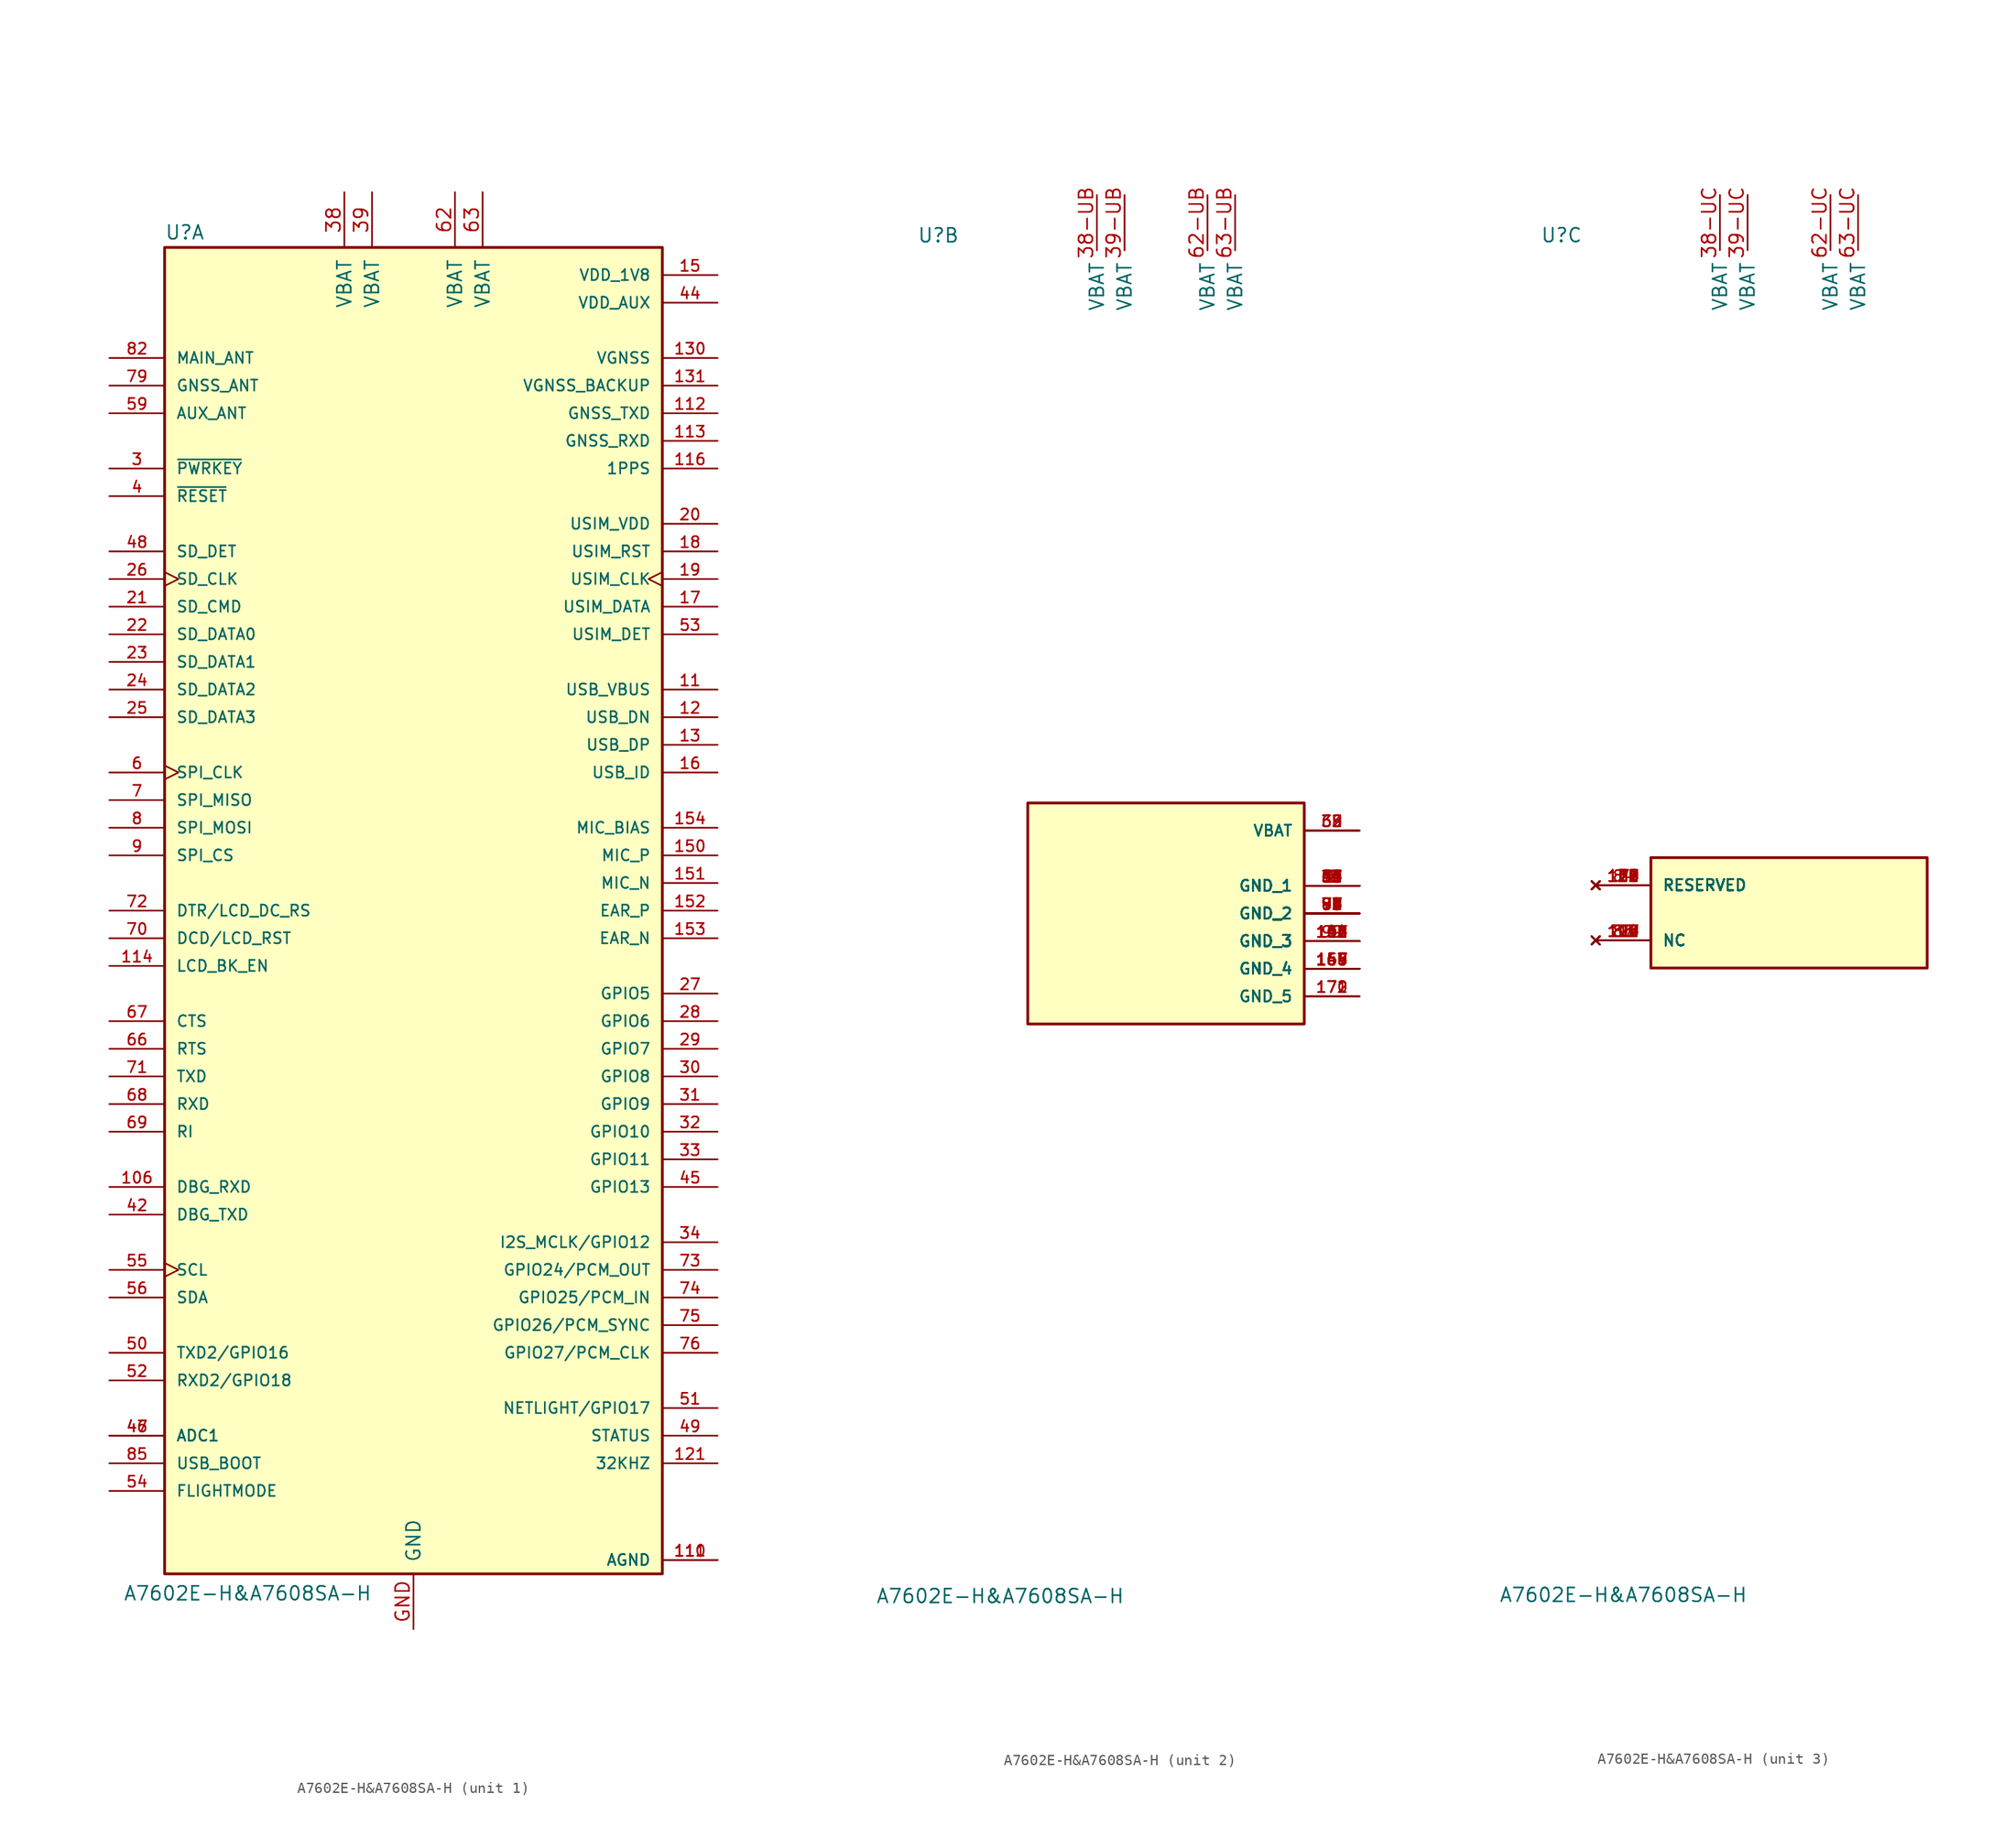
<source format=kicad_sym>
(kicad_symbol_lib
  (version 20211014)
  (generator kicad_symbol_editor)
  (symbol "A7602E-H&A7608SA-H"
    (pin_names
      (offset 1.016))
    (property "Reference" "U"
      (at -22.86 61.595 0)
      (effects (font (size 1.27 1.27)) (justify left bottom)))
    (property "Value" "A7602E-H&A7608SA-H"
      (at -26.67 -63.5 0)
      (effects (font (size 1.27 1.27)) (justify left bottom)))
    (symbol "A7602E-H&A7608SA-H_1_0"
      (rectangle (start -22.86 -60.96) (end 22.86 60.96) (stroke (width 0.254) (type default) (color 0 0 0 0)) (fill (type background)))
      (pin input line (at -27.94 -25.4 0) (length 5.08) (name "DBG_RXD" (effects (font (size 1.016 1.016)))) (number "106" (effects (font (size 1.016 1.016)))))
      (pin input line (at 27.94 20.32 180) (length 5.08) (name "USB_VBUS" (effects (font (size 1.016 1.016)))) (number "11" (effects (font (size 1.016 1.016)))))
      (pin power_in line (at 27.94 -59.69 180) (length 5.08) (name "AGND" (effects (font (size 1.016 1.016)))) (number "110" (effects (font (size 1.016 1.016)))))
      (pin power_in line (at 27.94 -59.69 180) (length 5.08) (name "AGND" (effects (font (size 1.016 1.016)))) (number "111" (effects (font (size 1.016 1.016)))))
      (pin output line (at 27.94 45.72 180) (length 5.08) (name "GNSS_TXD" (effects (font (size 1.016 1.016)))) (number "112" (effects (font (size 1.016 1.016)))))
      (pin input line (at 27.94 43.18 180) (length 5.08) (name "GNSS_RXD" (effects (font (size 1.016 1.016)))) (number "113" (effects (font (size 1.016 1.016)))))
      (pin output line (at -27.94 -5.08 0) (length 5.08) (name "LCD_BK_EN" (effects (font (size 1.016 1.016)))) (number "114" (effects (font (size 1.016 1.016)))))
      (pin bidirectional line (at 27.94 40.64 180) (length 5.08) (name "1PPS" (effects (font (size 1.016 1.016)))) (number "116" (effects (font (size 1.016 1.016)))))
      (pin bidirectional line (at 27.94 17.78 180) (length 5.08) (name "USB_DN" (effects (font (size 1.016 1.016)))) (number "12" (effects (font (size 1.016 1.016)))))
      (pin output line (at 27.94 -50.8 180) (length 5.08) (name "32KHZ" (effects (font (size 1.016 1.016)))) (number "121" (effects (font (size 1.016 1.016)))))
      (pin bidirectional line (at 27.94 15.24 180) (length 5.08) (name "USB_DP" (effects (font (size 1.016 1.016)))) (number "13" (effects (font (size 1.016 1.016)))))
      (pin power_in line (at 27.94 50.8 180) (length 5.08) (name "VGNSS" (effects (font (size 1.016 1.016)))) (number "130" (effects (font (size 1.016 1.016)))))
      (pin power_in line (at 27.94 48.26 180) (length 5.08) (name "VGNSS_BACKUP" (effects (font (size 1.016 1.016)))) (number "131" (effects (font (size 1.016 1.016)))))
      (pin output line (at 27.94 58.42 180) (length 5.08) (name "VDD_1V8" (effects (font (size 1.016 1.016)))) (number "15" (effects (font (size 1.016 1.016)))))
      (pin input line (at 27.94 5.08 180) (length 5.08) (name "MIC_P" (effects (font (size 1.016 1.016)))) (number "150" (effects (font (size 1.016 1.016)))))
      (pin input line (at 27.94 2.54 180) (length 5.08) (name "MIC_N" (effects (font (size 1.016 1.016)))) (number "151" (effects (font (size 1.016 1.016)))))
      (pin output line (at 27.94 0 180) (length 5.08) (name "EAR_P" (effects (font (size 1.016 1.016)))) (number "152" (effects (font (size 1.016 1.016)))))
      (pin output line (at 27.94 -2.54 180) (length 5.08) (name "EAR_N" (effects (font (size 1.016 1.016)))) (number "153" (effects (font (size 1.016 1.016)))))
      (pin output line (at 27.94 7.62 180) (length 5.08) (name "MIC_BIAS" (effects (font (size 1.016 1.016)))) (number "154" (effects (font (size 1.016 1.016)))))
      (pin input line (at 27.94 12.7 180) (length 5.08) (name "USB_ID" (effects (font (size 1.016 1.016)))) (number "16" (effects (font (size 1.016 1.016)))))
      (pin bidirectional line (at 27.94 27.94 180) (length 5.08) (name "USIM_DATA" (effects (font (size 1.016 1.016)))) (number "17" (effects (font (size 1.016 1.016)))))
      (pin output line (at 27.94 33.02 180) (length 5.08) (name "USIM_RST" (effects (font (size 1.016 1.016)))) (number "18" (effects (font (size 1.016 1.016)))))
      (pin output clock (at 27.94 30.48 180) (length 5.08) (name "USIM_CLK" (effects (font (size 1.016 1.016)))) (number "19" (effects (font (size 1.016 1.016)))))
      (pin power_in line (at 27.94 35.56 180) (length 5.08) (name "USIM_VDD" (effects (font (size 1.016 1.016)))) (number "20" (effects (font (size 1.016 1.016)))))
      (pin bidirectional line (at -27.94 27.94 0) (length 5.08) (name "SD_CMD" (effects (font (size 1.016 1.016)))) (number "21" (effects (font (size 1.016 1.016)))))
      (pin bidirectional line (at -27.94 25.4 0) (length 5.08) (name "SD_DATA0" (effects (font (size 1.016 1.016)))) (number "22" (effects (font (size 1.016 1.016)))))
      (pin bidirectional line (at -27.94 22.86 0) (length 5.08) (name "SD_DATA1" (effects (font (size 1.016 1.016)))) (number "23" (effects (font (size 1.016 1.016)))))
      (pin bidirectional line (at -27.94 20.32 0) (length 5.08) (name "SD_DATA2" (effects (font (size 1.016 1.016)))) (number "24" (effects (font (size 1.016 1.016)))))
      (pin bidirectional line (at -27.94 17.78 0) (length 5.08) (name "SD_DATA3" (effects (font (size 1.016 1.016)))) (number "25" (effects (font (size 1.016 1.016)))))
      (pin output clock (at -27.94 30.48 0) (length 5.08) (name "SD_CLK" (effects (font (size 1.016 1.016)))) (number "26" (effects (font (size 1.016 1.016)))))
      (pin bidirectional line (at 27.94 -7.62 180) (length 5.08) (name "GPIO5" (effects (font (size 1.016 1.016)))) (number "27" (effects (font (size 1.016 1.016)))))
      (pin bidirectional line (at 27.94 -10.16 180) (length 5.08) (name "GPIO6" (effects (font (size 1.016 1.016)))) (number "28" (effects (font (size 1.016 1.016)))))
      (pin bidirectional line (at 27.94 -12.7 180) (length 5.08) (name "GPIO7" (effects (font (size 1.016 1.016)))) (number "29" (effects (font (size 1.016 1.016)))))
      (pin input line (at -27.94 40.64 0) (length 5.08) (name "~{PWRKEY}" (effects (font (size 1.016 1.016)))) (number "3" (effects (font (size 1.016 1.016)))))
      (pin bidirectional line (at 27.94 -15.24 180) (length 5.08) (name "GPIO8" (effects (font (size 1.016 1.016)))) (number "30" (effects (font (size 1.016 1.016)))))
      (pin bidirectional line (at 27.94 -17.78 180) (length 5.08) (name "GPIO9" (effects (font (size 1.016 1.016)))) (number "31" (effects (font (size 1.016 1.016)))))
      (pin bidirectional line (at 27.94 -20.32 180) (length 5.08) (name "GPIO10" (effects (font (size 1.016 1.016)))) (number "32" (effects (font (size 1.016 1.016)))))
      (pin bidirectional line (at 27.94 -22.86 180) (length 5.08) (name "GPIO11" (effects (font (size 1.016 1.016)))) (number "33" (effects (font (size 1.016 1.016)))))
      (pin bidirectional line (at 27.94 -30.48 180) (length 5.08) (name "I2S_MCLK/GPIO12" (effects (font (size 1.016 1.016)))) (number "34" (effects (font (size 1.016 1.016)))))
      (pin input line (at -27.94 38.1 0) (length 5.08) (name "~{RESET}" (effects (font (size 1.016 1.016)))) (number "4" (effects (font (size 1.016 1.016)))))
      (pin output line (at -27.94 -27.94 0) (length 5.08) (name "DBG_TXD" (effects (font (size 1.016 1.016)))) (number "42" (effects (font (size 1.016 1.016)))))
      (pin output line (at 27.94 55.88 180) (length 5.08) (name "VDD_AUX" (effects (font (size 1.016 1.016)))) (number "44" (effects (font (size 1.016 1.016)))))
      (pin bidirectional line (at 27.94 -25.4 180) (length 5.08) (name "GPIO13" (effects (font (size 1.016 1.016)))) (number "45" (effects (font (size 1.016 1.016)))))
      (pin input line (at -27.94 -48.26 0) (length 5.08) (name "ADC1" (effects (font (size 1.016 1.016)))) (number "46" (effects (font (size 1.016 1.016)))))
      (pin input line (at -27.94 -48.26 0) (length 5.08) (name "ADC1" (effects (font (size 1.016 1.016)))) (number "47" (effects (font (size 1.016 1.016)))))
      (pin input line (at -27.94 33.02 0) (length 5.08) (name "SD_DET" (effects (font (size 1.016 1.016)))) (number "48" (effects (font (size 1.016 1.016)))))
      (pin output line (at 27.94 -48.26 180) (length 5.08) (name "STATUS" (effects (font (size 1.016 1.016)))) (number "49" (effects (font (size 1.016 1.016)))))
      (pin bidirectional line (at -27.94 -40.64 0) (length 5.08) (name "TXD2/GPIO16" (effects (font (size 1.016 1.016)))) (number "50" (effects (font (size 1.016 1.016)))))
      (pin bidirectional line (at 27.94 -45.72 180) (length 5.08) (name "NETLIGHT/GPIO17" (effects (font (size 1.016 1.016)))) (number "51" (effects (font (size 1.016 1.016)))))
      (pin bidirectional line (at -27.94 -43.18 0) (length 5.08) (name "RXD2/GPIO18" (effects (font (size 1.016 1.016)))) (number "52" (effects (font (size 1.016 1.016)))))
      (pin input line (at 27.94 25.4 180) (length 5.08) (name "USIM_DET" (effects (font (size 1.016 1.016)))) (number "53" (effects (font (size 1.016 1.016)))))
      (pin input line (at -27.94 -53.34 0) (length 5.08) (name "FLIGHTMODE" (effects (font (size 1.016 1.016)))) (number "54" (effects (font (size 1.016 1.016)))))
      (pin output clock (at -27.94 -33.02 0) (length 5.08) (name "SCL" (effects (font (size 1.016 1.016)))) (number "55" (effects (font (size 1.016 1.016)))))
      (pin bidirectional line (at -27.94 -35.56 0) (length 5.08) (name "SDA" (effects (font (size 1.016 1.016)))) (number "56" (effects (font (size 1.016 1.016)))))
      (pin input line (at -27.94 45.72 0) (length 5.08) (name "AUX_ANT" (effects (font (size 1.016 1.016)))) (number "59" (effects (font (size 1.016 1.016)))))
      (pin output clock (at -27.94 12.7 0) (length 5.08) (name "SPI_CLK" (effects (font (size 1.016 1.016)))) (number "6" (effects (font (size 1.016 1.016)))))
      (pin output line (at -27.94 -12.7 0) (length 5.08) (name "RTS" (effects (font (size 1.016 1.016)))) (number "66" (effects (font (size 1.016 1.016)))))
      (pin input line (at -27.94 -10.16 0) (length 5.08) (name "CTS" (effects (font (size 1.016 1.016)))) (number "67" (effects (font (size 1.016 1.016)))))
      (pin input line (at -27.94 -17.78 0) (length 5.08) (name "RXD" (effects (font (size 1.016 1.016)))) (number "68" (effects (font (size 1.016 1.016)))))
      (pin output line (at -27.94 -20.32 0) (length 5.08) (name "RI" (effects (font (size 1.016 1.016)))) (number "69" (effects (font (size 1.016 1.016)))))
      (pin input line (at -27.94 10.16 0) (length 5.08) (name "SPI_MISO" (effects (font (size 1.016 1.016)))) (number "7" (effects (font (size 1.016 1.016)))))
      (pin output line (at -27.94 -2.54 0) (length 5.08) (name "DCD/LCD_RST" (effects (font (size 1.016 1.016)))) (number "70" (effects (font (size 1.016 1.016)))))
      (pin output line (at -27.94 -15.24 0) (length 5.08) (name "TXD" (effects (font (size 1.016 1.016)))) (number "71" (effects (font (size 1.016 1.016)))))
      (pin bidirectional line (at -27.94 0 0) (length 5.08) (name "DTR/LCD_DC_RS" (effects (font (size 1.016 1.016)))) (number "72" (effects (font (size 1.016 1.016)))))
      (pin bidirectional line (at 27.94 -33.02 180) (length 5.08) (name "GPIO24/PCM_OUT" (effects (font (size 1.016 1.016)))) (number "73" (effects (font (size 1.016 1.016)))))
      (pin bidirectional line (at 27.94 -35.56 180) (length 5.08) (name "GPIO25/PCM_IN" (effects (font (size 1.016 1.016)))) (number "74" (effects (font (size 1.016 1.016)))))
      (pin bidirectional line (at 27.94 -38.1 180) (length 5.08) (name "GPIO26/PCM_SYNC" (effects (font (size 1.016 1.016)))) (number "75" (effects (font (size 1.016 1.016)))))
      (pin bidirectional line (at 27.94 -40.64 180) (length 5.08) (name "GPIO27/PCM_CLK" (effects (font (size 1.016 1.016)))) (number "76" (effects (font (size 1.016 1.016)))))
      (pin input line (at -27.94 48.26 0) (length 5.08) (name "GNSS_ANT" (effects (font (size 1.016 1.016)))) (number "79" (effects (font (size 1.016 1.016)))))
      (pin output line (at -27.94 7.62 0) (length 5.08) (name "SPI_MOSI" (effects (font (size 1.016 1.016)))) (number "8" (effects (font (size 1.016 1.016)))))
      (pin bidirectional line (at -27.94 50.8 0) (length 5.08) (name "MAIN_ANT" (effects (font (size 1.016 1.016)))) (number "82" (effects (font (size 1.016 1.016)))))
      (pin input line (at -27.94 -50.8 0) (length 5.08) (name "USB_BOOT" (effects (font (size 1.016 1.016)))) (number "85" (effects (font (size 1.016 1.016)))))
      (pin output line (at -27.94 5.08 0) (length 5.08) (name "SPI_CS" (effects (font (size 1.016 1.016)))) (number "9" (effects (font (size 1.016 1.016))))))
    (symbol "A7602E-H&A7608SA-H_1_1"
      (pin power_in line (at -6.35 66.04 270) (length 5.08) (name "VBAT" (effects (font (size 1.27 1.27)))) (number "38" (effects (font (size 1.27 1.27)))))
      (pin power_in line (at -3.81 66.04 270) (length 5.08) (name "VBAT" (effects (font (size 1.27 1.27)))) (number "39" (effects (font (size 1.27 1.27)))))
      (pin power_in line (at 3.81 66.04 270) (length 5.08) (name "VBAT" (effects (font (size 1.27 1.27)))) (number "62" (effects (font (size 1.27 1.27)))))
      (pin power_in line (at 6.35 66.04 270) (length 5.08) (name "VBAT" (effects (font (size 1.27 1.27)))) (number "63" (effects (font (size 1.27 1.27)))))
      (pin power_in line (at 0 -66.04 90) (length 5.08) (name "GND" (effects (font (size 1.27 1.27)))) (number "GND" (effects (font (size 1.27 1.27))))))
    (symbol "A7602E-H&A7608SA-H_2_0"
      (rectangle (start -12.7 -10.16) (end 12.7 10.16) (stroke (width 0.254) (type default) (color 0 0 0 0)) (fill (type background)))
      (pin power_in line (at 17.78 2.54 180) (length 5.08) (name "GND_1" (effects (font (size 1.016 1.016)))) (number "1" (effects (font (size 1.016 1.016)))))
      (pin power_in line (at 17.78 2.54 180) (length 5.08) (name "GND_1" (effects (font (size 1.016 1.016)))) (number "10" (effects (font (size 1.016 1.016)))))
      (pin power_in line (at 17.78 -2.54 180) (length 5.08) (name "GND_3" (effects (font (size 1.016 1.016)))) (number "100" (effects (font (size 1.016 1.016)))))
      (pin power_in line (at 17.78 -2.54 180) (length 5.08) (name "GND_3" (effects (font (size 1.016 1.016)))) (number "101" (effects (font (size 1.016 1.016)))))
      (pin power_in line (at 17.78 -2.54 180) (length 5.08) (name "GND_3" (effects (font (size 1.016 1.016)))) (number "102" (effects (font (size 1.016 1.016)))))
      (pin power_in line (at 17.78 -2.54 180) (length 5.08) (name "GND_3" (effects (font (size 1.016 1.016)))) (number "103" (effects (font (size 1.016 1.016)))))
      (pin power_in line (at 17.78 -2.54 180) (length 5.08) (name "GND_3" (effects (font (size 1.016 1.016)))) (number "104" (effects (font (size 1.016 1.016)))))
      (pin power_in line (at 17.78 -2.54 180) (length 5.08) (name "GND_3" (effects (font (size 1.016 1.016)))) (number "105" (effects (font (size 1.016 1.016)))))
      (pin power_in line (at 17.78 -2.54 180) (length 5.08) (name "GND_3" (effects (font (size 1.016 1.016)))) (number "118" (effects (font (size 1.016 1.016)))))
      (pin power_in line (at 17.78 -2.54 180) (length 5.08) (name "GND_3" (effects (font (size 1.016 1.016)))) (number "134" (effects (font (size 1.016 1.016)))))
      (pin power_in line (at 17.78 -2.54 180) (length 5.08) (name "GND_3" (effects (font (size 1.016 1.016)))) (number "137" (effects (font (size 1.016 1.016)))))
      (pin power_in line (at 17.78 2.54 180) (length 5.08) (name "GND_1" (effects (font (size 1.016 1.016)))) (number "14" (effects (font (size 1.016 1.016)))))
      (pin power_in line (at 17.78 -2.54 180) (length 5.08) (name "GND_3" (effects (font (size 1.016 1.016)))) (number "140" (effects (font (size 1.016 1.016)))))
      (pin power_in line (at 17.78 -2.54 180) (length 5.08) (name "GND_3" (effects (font (size 1.016 1.016)))) (number "141" (effects (font (size 1.016 1.016)))))
      (pin power_in line (at 17.78 -2.54 180) (length 5.08) (name "GND_3" (effects (font (size 1.016 1.016)))) (number "142" (effects (font (size 1.016 1.016)))))
      (pin power_in line (at 17.78 -2.54 180) (length 5.08) (name "GND_3" (effects (font (size 1.016 1.016)))) (number "143" (effects (font (size 1.016 1.016)))))
      (pin power_in line (at 17.78 -2.54 180) (length 5.08) (name "GND_3" (effects (font (size 1.016 1.016)))) (number "144" (effects (font (size 1.016 1.016)))))
      (pin power_in line (at 17.78 -5.08 180) (length 5.08) (name "GND_4" (effects (font (size 1.016 1.016)))) (number "145" (effects (font (size 1.016 1.016)))))
      (pin power_in line (at 17.78 -5.08 180) (length 5.08) (name "GND_4" (effects (font (size 1.016 1.016)))) (number "146" (effects (font (size 1.016 1.016)))))
      (pin power_in line (at 17.78 -5.08 180) (length 5.08) (name "GND_4" (effects (font (size 1.016 1.016)))) (number "147" (effects (font (size 1.016 1.016)))))
      (pin power_in line (at 17.78 -5.08 180) (length 5.08) (name "GND_4" (effects (font (size 1.016 1.016)))) (number "148" (effects (font (size 1.016 1.016)))))
      (pin power_in line (at 17.78 -5.08 180) (length 5.08) (name "GND_4" (effects (font (size 1.016 1.016)))) (number "149" (effects (font (size 1.016 1.016)))))
      (pin power_in line (at 17.78 -5.08 180) (length 5.08) (name "GND_4" (effects (font (size 1.016 1.016)))) (number "155" (effects (font (size 1.016 1.016)))))
      (pin power_in line (at 17.78 -5.08 180) (length 5.08) (name "GND_4" (effects (font (size 1.016 1.016)))) (number "156" (effects (font (size 1.016 1.016)))))
      (pin power_in line (at 17.78 -5.08 180) (length 5.08) (name "GND_4" (effects (font (size 1.016 1.016)))) (number "157" (effects (font (size 1.016 1.016)))))
      (pin power_in line (at 17.78 -5.08 180) (length 5.08) (name "GND_4" (effects (font (size 1.016 1.016)))) (number "158" (effects (font (size 1.016 1.016)))))
      (pin power_in line (at 17.78 -5.08 180) (length 5.08) (name "GND_4" (effects (font (size 1.016 1.016)))) (number "164" (effects (font (size 1.016 1.016)))))
      (pin power_in line (at 17.78 -5.08 180) (length 5.08) (name "GND_4" (effects (font (size 1.016 1.016)))) (number "165" (effects (font (size 1.016 1.016)))))
      (pin power_in line (at 17.78 -5.08 180) (length 5.08) (name "GND_4" (effects (font (size 1.016 1.016)))) (number "166" (effects (font (size 1.016 1.016)))))
      (pin power_in line (at 17.78 -5.08 180) (length 5.08) (name "GND_4" (effects (font (size 1.016 1.016)))) (number "167" (effects (font (size 1.016 1.016)))))
      (pin power_in line (at 17.78 -5.08 180) (length 5.08) (name "GND_4" (effects (font (size 1.016 1.016)))) (number "168" (effects (font (size 1.016 1.016)))))
      (pin power_in line (at 17.78 -5.08 180) (length 5.08) (name "GND_4" (effects (font (size 1.016 1.016)))) (number "169" (effects (font (size 1.016 1.016)))))
      (pin power_in line (at 17.78 -7.62 180) (length 5.08) (name "GND_5" (effects (font (size 1.016 1.016)))) (number "170" (effects (font (size 1.016 1.016)))))
      (pin power_in line (at 17.78 -7.62 180) (length 5.08) (name "GND_5" (effects (font (size 1.016 1.016)))) (number "171" (effects (font (size 1.016 1.016)))))
      (pin power_in line (at 17.78 -7.62 180) (length 5.08) (name "GND_5" (effects (font (size 1.016 1.016)))) (number "172" (effects (font (size 1.016 1.016)))))
      (pin power_in line (at 17.78 2.54 180) (length 5.08) (name "GND_1" (effects (font (size 1.016 1.016)))) (number "2" (effects (font (size 1.016 1.016)))))
      (pin power_in line (at 17.78 2.54 180) (length 5.08) (name "GND_1" (effects (font (size 1.016 1.016)))) (number "37" (effects (font (size 1.016 1.016)))))
      (pin power_in line (at 17.78 7.62 180) (length 5.08) (name "VBAT" (effects (font (size 1.016 1.016)))) (number "38" (effects (font (size 1.016 1.016)))))
      (pin power_in line (at 17.78 7.62 180) (length 5.08) (name "VBAT" (effects (font (size 1.016 1.016)))) (number "39" (effects (font (size 1.016 1.016)))))
      (pin power_in line (at 17.78 2.54 180) (length 5.08) (name "GND_1" (effects (font (size 1.016 1.016)))) (number "40" (effects (font (size 1.016 1.016)))))
      (pin power_in line (at 17.78 2.54 180) (length 5.08) (name "GND_1" (effects (font (size 1.016 1.016)))) (number "41" (effects (font (size 1.016 1.016)))))
      (pin power_in line (at 17.78 2.54 180) (length 5.08) (name "GND_1" (effects (font (size 1.016 1.016)))) (number "43" (effects (font (size 1.016 1.016)))))
      (pin power_in line (at 17.78 2.54 180) (length 5.08) (name "GND_1" (effects (font (size 1.016 1.016)))) (number "5" (effects (font (size 1.016 1.016)))))
      (pin power_in line (at 17.78 2.54 180) (length 5.08) (name "GND_1" (effects (font (size 1.016 1.016)))) (number "57" (effects (font (size 1.016 1.016)))))
      (pin power_in line (at 17.78 2.54 180) (length 5.08) (name "GND_1" (effects (font (size 1.016 1.016)))) (number "58" (effects (font (size 1.016 1.016)))))
      (pin power_in line (at 17.78 2.54 180) (length 5.08) (name "GND_1" (effects (font (size 1.016 1.016)))) (number "60" (effects (font (size 1.016 1.016)))))
      (pin power_in line (at 17.78 2.54 180) (length 5.08) (name "GND_1" (effects (font (size 1.016 1.016)))) (number "61" (effects (font (size 1.016 1.016)))))
      (pin power_in line (at 17.78 7.62 180) (length 5.08) (name "VBAT" (effects (font (size 1.016 1.016)))) (number "62" (effects (font (size 1.016 1.016)))))
      (pin power_in line (at 17.78 7.62 180) (length 5.08) (name "VBAT" (effects (font (size 1.016 1.016)))) (number "63" (effects (font (size 1.016 1.016)))))
      (pin power_in line (at 17.78 2.54 180) (length 5.08) (name "GND_1" (effects (font (size 1.016 1.016)))) (number "64" (effects (font (size 1.016 1.016)))))
      (pin power_in line (at 17.78 2.54 180) (length 5.08) (name "GND_1" (effects (font (size 1.016 1.016)))) (number "65" (effects (font (size 1.016 1.016)))))
      (pin power_in line (at 17.78 0 180) (length 5.08) (name "GND_2" (effects (font (size 1.016 1.016)))) (number "77" (effects (font (size 1.016 1.016)))))
      (pin power_in line (at 17.78 0 180) (length 5.08) (name "GND_2" (effects (font (size 1.016 1.016)))) (number "78" (effects (font (size 1.016 1.016)))))
      (pin power_in line (at 17.78 0 180) (length 5.08) (name "GND_2" (effects (font (size 1.016 1.016)))) (number "80" (effects (font (size 1.016 1.016)))))
      (pin power_in line (at 17.78 0 180) (length 5.08) (name "GND_2" (effects (font (size 1.016 1.016)))) (number "81" (effects (font (size 1.016 1.016)))))
      (pin power_in line (at 17.78 0 180) (length 5.08) (name "GND_2" (effects (font (size 1.016 1.016)))) (number "88" (effects (font (size 1.016 1.016)))))
      (pin power_in line (at 17.78 0 180) (length 5.08) (name "GND_2" (effects (font (size 1.016 1.016)))) (number "89" (effects (font (size 1.016 1.016)))))
      (pin power_in line (at 17.78 0 180) (length 5.08) (name "GND_2" (effects (font (size 1.016 1.016)))) (number "90" (effects (font (size 1.016 1.016)))))
      (pin power_in line (at 17.78 0 180) (length 5.08) (name "GND_2" (effects (font (size 1.016 1.016)))) (number "91" (effects (font (size 1.016 1.016)))))
      (pin power_in line (at 17.78 0 180) (length 5.08) (name "GND_2" (effects (font (size 1.016 1.016)))) (number "92" (effects (font (size 1.016 1.016)))))
      (pin power_in line (at 17.78 0 180) (length 5.08) (name "GND_2" (effects (font (size 1.016 1.016)))) (number "93" (effects (font (size 1.016 1.016)))))
      (pin power_in line (at 17.78 0 180) (length 5.08) (name "GND_2" (effects (font (size 1.016 1.016)))) (number "94" (effects (font (size 1.016 1.016)))))
      (pin power_in line (at 17.78 0 180) (length 5.08) (name "GND_2" (effects (font (size 1.016 1.016)))) (number "95" (effects (font (size 1.016 1.016)))))
      (pin power_in line (at 17.78 0 180) (length 5.08) (name "GND_2" (effects (font (size 1.016 1.016)))) (number "96" (effects (font (size 1.016 1.016)))))
      (pin power_in line (at 17.78 0 180) (length 5.08) (name "GND_2" (effects (font (size 1.016 1.016)))) (number "97" (effects (font (size 1.016 1.016)))))
      (pin power_in line (at 17.78 0 180) (length 5.08) (name "GND_2" (effects (font (size 1.016 1.016)))) (number "98" (effects (font (size 1.016 1.016)))))
      (pin power_in line (at 17.78 -2.54 180) (length 5.08) (name "GND_3" (effects (font (size 1.016 1.016)))) (number "99" (effects (font (size 1.016 1.016))))))
    (symbol "A7602E-H&A7608SA-H_2_1"
      (pin power_in line (at -6.35 66.04 270) (length 5.08) (name "VBAT" (effects (font (size 1.27 1.27)))) (number "38-UB" (effects (font (size 1.27 1.27)))))
      (pin power_in line (at -3.81 66.04 270) (length 5.08) (name "VBAT" (effects (font (size 1.27 1.27)))) (number "39-UB" (effects (font (size 1.27 1.27)))))
      (pin power_in line (at 3.81 66.04 270) (length 5.08) (name "VBAT" (effects (font (size 1.27 1.27)))) (number "62-UB" (effects (font (size 1.27 1.27)))))
      (pin power_in line (at 6.35 66.04 270) (length 5.08) (name "VBAT" (effects (font (size 1.27 1.27)))) (number "63-UB" (effects (font (size 1.27 1.27))))))
    (symbol "A7602E-H&A7608SA-H_3_0"
      (rectangle (start -12.7 -5.08) (end 12.7 5.08) (stroke (width 0.254) (type default) (color 0 0 0 0)) (fill (type background)))
      (pin no_connect line (at -17.78 -2.54 0) (length 5.08) (name "NC" (effects (font (size 1.016 1.016)))) (number "107" (effects (font (size 1.016 1.016)))))
      (pin no_connect line (at -17.78 -2.54 0) (length 5.08) (name "NC" (effects (font (size 1.016 1.016)))) (number "108" (effects (font (size 1.016 1.016)))))
      (pin no_connect line (at -17.78 -2.54 0) (length 5.08) (name "NC" (effects (font (size 1.016 1.016)))) (number "109" (effects (font (size 1.016 1.016)))))
      (pin no_connect line (at -17.78 2.54 0) (length 5.08) (name "RESERVED" (effects (font (size 1.016 1.016)))) (number "115" (effects (font (size 1.016 1.016)))))
      (pin no_connect line (at -17.78 -2.54 0) (length 5.08) (name "NC" (effects (font (size 1.016 1.016)))) (number "117" (effects (font (size 1.016 1.016)))))
      (pin no_connect line (at -17.78 -2.54 0) (length 5.08) (name "NC" (effects (font (size 1.016 1.016)))) (number "119" (effects (font (size 1.016 1.016)))))
      (pin no_connect line (at -17.78 2.54 0) (length 5.08) (name "RESERVED" (effects (font (size 1.016 1.016)))) (number "120" (effects (font (size 1.016 1.016)))))
      (pin no_connect line (at -17.78 -2.54 0) (length 5.08) (name "NC" (effects (font (size 1.016 1.016)))) (number "122" (effects (font (size 1.016 1.016)))))
      (pin no_connect line (at -17.78 -2.54 0) (length 5.08) (name "NC" (effects (font (size 1.016 1.016)))) (number "123" (effects (font (size 1.016 1.016)))))
      (pin no_connect line (at -17.78 -2.54 0) (length 5.08) (name "NC" (effects (font (size 1.016 1.016)))) (number "124" (effects (font (size 1.016 1.016)))))
      (pin no_connect line (at -17.78 2.54 0) (length 5.08) (name "RESERVED" (effects (font (size 1.016 1.016)))) (number "125" (effects (font (size 1.016 1.016)))))
      (pin no_connect line (at -17.78 2.54 0) (length 5.08) (name "RESERVED" (effects (font (size 1.016 1.016)))) (number "126" (effects (font (size 1.016 1.016)))))
      (pin no_connect line (at -17.78 2.54 0) (length 5.08) (name "RESERVED" (effects (font (size 1.016 1.016)))) (number "127" (effects (font (size 1.016 1.016)))))
      (pin no_connect line (at -17.78 2.54 0) (length 5.08) (name "RESERVED" (effects (font (size 1.016 1.016)))) (number "128" (effects (font (size 1.016 1.016)))))
      (pin no_connect line (at -17.78 2.54 0) (length 5.08) (name "RESERVED" (effects (font (size 1.016 1.016)))) (number "129" (effects (font (size 1.016 1.016)))))
      (pin no_connect line (at -17.78 2.54 0) (length 5.08) (name "RESERVED" (effects (font (size 1.016 1.016)))) (number "132" (effects (font (size 1.016 1.016)))))
      (pin no_connect line (at -17.78 2.54 0) (length 5.08) (name "RESERVED" (effects (font (size 1.016 1.016)))) (number "133" (effects (font (size 1.016 1.016)))))
      (pin no_connect line (at -17.78 2.54 0) (length 5.08) (name "RESERVED" (effects (font (size 1.016 1.016)))) (number "135" (effects (font (size 1.016 1.016)))))
      (pin no_connect line (at -17.78 2.54 0) (length 5.08) (name "RESERVED" (effects (font (size 1.016 1.016)))) (number "136" (effects (font (size 1.016 1.016)))))
      (pin no_connect line (at -17.78 2.54 0) (length 5.08) (name "RESERVED" (effects (font (size 1.016 1.016)))) (number "138" (effects (font (size 1.016 1.016)))))
      (pin no_connect line (at -17.78 2.54 0) (length 5.08) (name "RESERVED" (effects (font (size 1.016 1.016)))) (number "139" (effects (font (size 1.016 1.016)))))
      (pin no_connect line (at -17.78 2.54 0) (length 5.08) (name "RESERVED" (effects (font (size 1.016 1.016)))) (number "159" (effects (font (size 1.016 1.016)))))
      (pin no_connect line (at -17.78 2.54 0) (length 5.08) (name "RESERVED" (effects (font (size 1.016 1.016)))) (number "160" (effects (font (size 1.016 1.016)))))
      (pin no_connect line (at -17.78 2.54 0) (length 5.08) (name "RESERVED" (effects (font (size 1.016 1.016)))) (number "161" (effects (font (size 1.016 1.016)))))
      (pin no_connect line (at -17.78 2.54 0) (length 5.08) (name "RESERVED" (effects (font (size 1.016 1.016)))) (number "162" (effects (font (size 1.016 1.016)))))
      (pin no_connect line (at -17.78 2.54 0) (length 5.08) (name "RESERVED" (effects (font (size 1.016 1.016)))) (number "163" (effects (font (size 1.016 1.016)))))
      (pin no_connect line (at -17.78 -2.54 0) (length 5.08) (name "NC" (effects (font (size 1.016 1.016)))) (number "35" (effects (font (size 1.016 1.016)))))
      (pin no_connect line (at -17.78 -2.54 0) (length 5.08) (name "NC" (effects (font (size 1.016 1.016)))) (number "36" (effects (font (size 1.016 1.016)))))
      (pin no_connect line (at -17.78 -2.54 0) (length 5.08) (name "NC" (effects (font (size 1.016 1.016)))) (number "83" (effects (font (size 1.016 1.016)))))
      (pin no_connect line (at -17.78 2.54 0) (length 5.08) (name "RESERVED" (effects (font (size 1.016 1.016)))) (number "84" (effects (font (size 1.016 1.016)))))
      (pin no_connect line (at -17.78 -2.54 0) (length 5.08) (name "NC" (effects (font (size 1.016 1.016)))) (number "86" (effects (font (size 1.016 1.016)))))
      (pin no_connect line (at -17.78 -2.54 0) (length 5.08) (name "NC" (effects (font (size 1.016 1.016)))) (number "87" (effects (font (size 1.016 1.016))))))
    (symbol "A7602E-H&A7608SA-H_3_1"
      (pin power_in line (at -6.35 66.04 270) (length 5.08) (name "VBAT" (effects (font (size 1.27 1.27)))) (number "38-UC" (effects (font (size 1.27 1.27)))))
      (pin power_in line (at -3.81 66.04 270) (length 5.08) (name "VBAT" (effects (font (size 1.27 1.27)))) (number "39-UC" (effects (font (size 1.27 1.27)))))
      (pin power_in line (at 3.81 66.04 270) (length 5.08) (name "VBAT" (effects (font (size 1.27 1.27)))) (number "62-UC" (effects (font (size 1.27 1.27)))))
      (pin power_in line (at 6.35 66.04 270) (length 5.08) (name "VBAT" (effects (font (size 1.27 1.27)))) (number "63-UC" (effects (font (size 1.27 1.27))))))))
</source>
